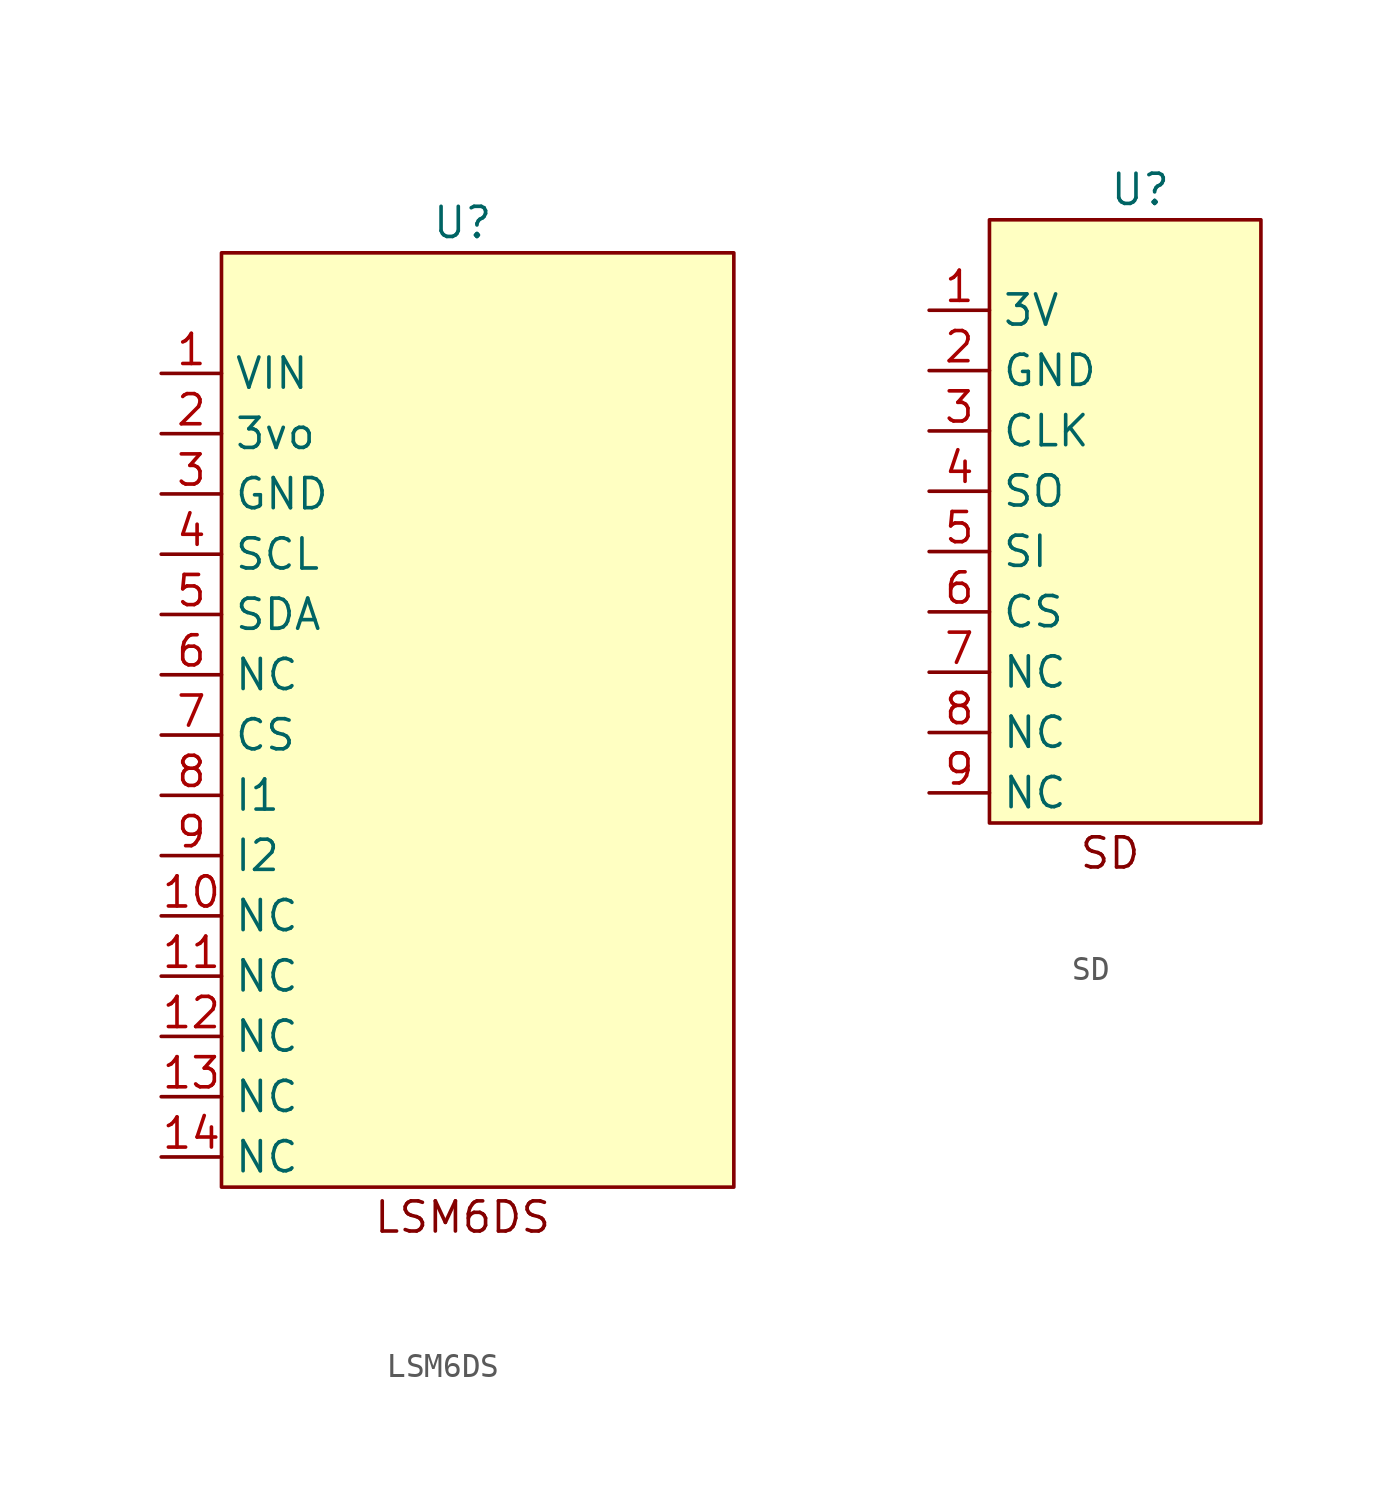
<source format=kicad_sym>
(kicad_symbol_lib
  (version 20220914)
  (generator kicad_symbol_editor)
  (symbol "LSM6DS"
    (property "Reference" "U"
      (at 10.16 22.86 0)
      (effects (font (size 1.27 1.27))))
    (property "Value" ""
      (at 0 -1.27 0)
      (effects (font (size 1.27 1.27))))
    (symbol "LSM6DS_1_1"
      (rectangle (start 0 21.59) (end 21.59 -17.78) (stroke (width 0) (type default)) (fill (type background)))
      (text "LSM6DS" (at 10.16 -19.05 0) (effects (font (size 1.27 1.27))))
      (pin input line (at -2.54 16.51 0) (length 2.54) (name "VIN" (effects (font (size 1.27 1.27)))) (number "1" (effects (font (size 1.27 1.27)))))
      (pin input line (at -2.54 -6.35 0) (length 2.54) (name "NC" (effects (font (size 1.27 1.27)))) (number "10" (effects (font (size 1.27 1.27)))))
      (pin input line (at -2.54 -8.89 0) (length 2.54) (name "NC" (effects (font (size 1.27 1.27)))) (number "11" (effects (font (size 1.27 1.27)))))
      (pin input line (at -2.54 -11.43 0) (length 2.54) (name "NC" (effects (font (size 1.27 1.27)))) (number "12" (effects (font (size 1.27 1.27)))))
      (pin input line (at -2.54 -13.97 0) (length 2.54) (name "NC" (effects (font (size 1.27 1.27)))) (number "13" (effects (font (size 1.27 1.27)))))
      (pin input line (at -2.54 -16.51 0) (length 2.54) (name "NC" (effects (font (size 1.27 1.27)))) (number "14" (effects (font (size 1.27 1.27)))))
      (pin input line (at -2.54 13.97 0) (length 2.54) (name "3vo" (effects (font (size 1.27 1.27)))) (number "2" (effects (font (size 1.27 1.27)))))
      (pin input line (at -2.54 11.43 0) (length 2.54) (name "GND" (effects (font (size 1.27 1.27)))) (number "3" (effects (font (size 1.27 1.27)))))
      (pin input line (at -2.54 8.89 0) (length 2.54) (name "SCL" (effects (font (size 1.27 1.27)))) (number "4" (effects (font (size 1.27 1.27)))))
      (pin input line (at -2.54 6.35 0) (length 2.54) (name "SDA" (effects (font (size 1.27 1.27)))) (number "5" (effects (font (size 1.27 1.27)))))
      (pin input line (at -2.54 3.81 0) (length 2.54) (name "NC" (effects (font (size 1.27 1.27)))) (number "6" (effects (font (size 1.27 1.27)))))
      (pin input line (at -2.54 1.27 0) (length 2.54) (name "CS" (effects (font (size 1.27 1.27)))) (number "7" (effects (font (size 1.27 1.27)))))
      (pin input line (at -2.54 -1.27 0) (length 2.54) (name "I1" (effects (font (size 1.27 1.27)))) (number "8" (effects (font (size 1.27 1.27)))))
      (pin input line (at -2.54 -3.81 0) (length 2.54) (name "I2" (effects (font (size 1.27 1.27)))) (number "9" (effects (font (size 1.27 1.27)))))))
  (symbol "SD"
    (property "Reference" "U"
      (at 3.81 11.43 0)
      (effects (font (size 1.27 1.27))))
    (property "Value" ""
      (at 0 -8.89 0)
      (effects (font (size 1.27 1.27))))
    (symbol "SD_1_1"
      (rectangle (start -2.54 10.16) (end 8.89 -15.24) (stroke (width 0) (type default)) (fill (type background)))
      (text "SD\n" (at 2.54 -16.51 0) (effects (font (size 1.27 1.27))))
      (pin input line (at -5.08 6.35 0) (length 2.54) (name "3V" (effects (font (size 1.27 1.27)))) (number "1" (effects (font (size 1.27 1.27)))))
      (pin input line (at -5.08 3.81 0) (length 2.54) (name "GND" (effects (font (size 1.27 1.27)))) (number "2" (effects (font (size 1.27 1.27)))))
      (pin input line (at -5.08 1.27 0) (length 2.54) (name "CLK" (effects (font (size 1.27 1.27)))) (number "3" (effects (font (size 1.27 1.27)))))
      (pin input line (at -5.08 -1.27 0) (length 2.54) (name "SO" (effects (font (size 1.27 1.27)))) (number "4" (effects (font (size 1.27 1.27)))))
      (pin input line (at -5.08 -3.81 0) (length 2.54) (name "SI" (effects (font (size 1.27 1.27)))) (number "5" (effects (font (size 1.27 1.27)))))
      (pin input line (at -5.08 -6.35 0) (length 2.54) (name "CS" (effects (font (size 1.27 1.27)))) (number "6" (effects (font (size 1.27 1.27)))))
      (pin input line (at -5.08 -8.89 0) (length 2.54) (name "NC" (effects (font (size 1.27 1.27)))) (number "7" (effects (font (size 1.27 1.27)))))
      (pin input line (at -5.08 -11.43 0) (length 2.54) (name "NC" (effects (font (size 1.27 1.27)))) (number "8" (effects (font (size 1.27 1.27)))))
      (pin input line (at -5.08 -13.97 0) (length 2.54) (name "NC" (effects (font (size 1.27 1.27)))) (number "9" (effects (font (size 1.27 1.27))))))))
</source>
